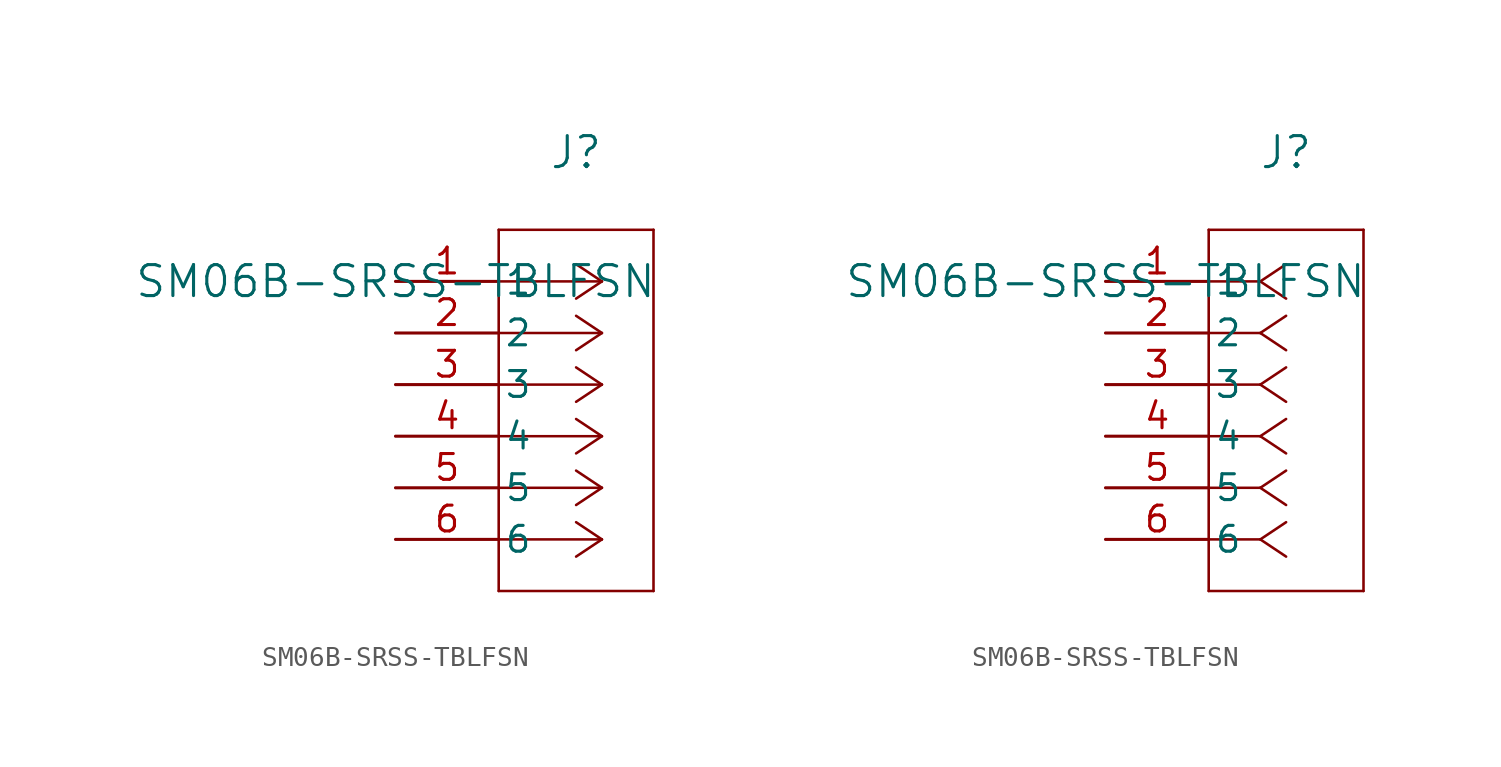
<source format=kicad_sym>
(kicad_symbol_lib
  (version 20241209)
  (generator "kicad_symbol_editor")
  (generator_version "9.0")
  (symbol "SM06B-SRSS-TBLFSN"
    (pin_names
      (offset 0.254))
    (property "Reference" "J"
      (at 8.89 6.35 0)
      (effects (font (size 1.524 1.524))))
    (property "Value" "SM06B-SRSS-TBLFSN"
      (at 0 0 0)
      (effects (font (size 1.524 1.524))))
    (property "ki_locked" ""
      (at 0 0 0)
      (effects (font (size 1.27 1.27))))
    (symbol "SM06B-SRSS-TBLFSN_1_1"
      (polyline (pts (xy 5.08 2.54) (xy 5.08 -15.24)) (stroke (width 0.127) (type default)) (fill (type none)))
      (polyline (pts (xy 5.08 -15.24) (xy 12.7 -15.24)) (stroke (width 0.127) (type default)) (fill (type none)))
      (polyline (pts (xy 10.16 0) (xy 5.08 0)) (stroke (width 0.127) (type default)) (fill (type none)))
      (polyline (pts (xy 10.16 0) (xy 8.89 0.847)) (stroke (width 0.127) (type default)) (fill (type none)))
      (polyline (pts (xy 10.16 0) (xy 8.89 -0.847)) (stroke (width 0.127) (type default)) (fill (type none)))
      (polyline (pts (xy 10.16 -2.54) (xy 5.08 -2.54)) (stroke (width 0.127) (type default)) (fill (type none)))
      (polyline (pts (xy 10.16 -2.54) (xy 8.89 -1.693)) (stroke (width 0.127) (type default)) (fill (type none)))
      (polyline (pts (xy 10.16 -2.54) (xy 8.89 -3.387)) (stroke (width 0.127) (type default)) (fill (type none)))
      (polyline (pts (xy 10.16 -5.08) (xy 5.08 -5.08)) (stroke (width 0.127) (type default)) (fill (type none)))
      (polyline (pts (xy 10.16 -5.08) (xy 8.89 -4.233)) (stroke (width 0.127) (type default)) (fill (type none)))
      (polyline (pts (xy 10.16 -5.08) (xy 8.89 -5.927)) (stroke (width 0.127) (type default)) (fill (type none)))
      (polyline (pts (xy 10.16 -7.62) (xy 5.08 -7.62)) (stroke (width 0.127) (type default)) (fill (type none)))
      (polyline (pts (xy 10.16 -7.62) (xy 8.89 -6.773)) (stroke (width 0.127) (type default)) (fill (type none)))
      (polyline (pts (xy 10.16 -7.62) (xy 8.89 -8.467)) (stroke (width 0.127) (type default)) (fill (type none)))
      (polyline (pts (xy 10.16 -10.16) (xy 5.08 -10.16)) (stroke (width 0.127) (type default)) (fill (type none)))
      (polyline (pts (xy 10.16 -10.16) (xy 8.89 -9.313)) (stroke (width 0.127) (type default)) (fill (type none)))
      (polyline (pts (xy 10.16 -10.16) (xy 8.89 -11.007)) (stroke (width 0.127) (type default)) (fill (type none)))
      (polyline (pts (xy 10.16 -12.7) (xy 5.08 -12.7)) (stroke (width 0.127) (type default)) (fill (type none)))
      (polyline (pts (xy 10.16 -12.7) (xy 8.89 -11.853)) (stroke (width 0.127) (type default)) (fill (type none)))
      (polyline (pts (xy 10.16 -12.7) (xy 8.89 -13.547)) (stroke (width 0.127) (type default)) (fill (type none)))
      (polyline (pts (xy 12.7 2.54) (xy 5.08 2.54)) (stroke (width 0.127) (type default)) (fill (type none)))
      (polyline (pts (xy 12.7 -15.24) (xy 12.7 2.54)) (stroke (width 0.127) (type default)) (fill (type none)))
      (pin unspecified line (at 0 0 0) (length 5.08) (name "1" (effects (font (size 1.27 1.27)))) (number "1" (effects (font (size 1.27 1.27)))))
      (pin unspecified line (at 0 -2.54 0) (length 5.08) (name "2" (effects (font (size 1.27 1.27)))) (number "2" (effects (font (size 1.27 1.27)))))
      (pin unspecified line (at 0 -5.08 0) (length 5.08) (name "3" (effects (font (size 1.27 1.27)))) (number "3" (effects (font (size 1.27 1.27)))))
      (pin unspecified line (at 0 -7.62 0) (length 5.08) (name "4" (effects (font (size 1.27 1.27)))) (number "4" (effects (font (size 1.27 1.27)))))
      (pin unspecified line (at 0 -10.16 0) (length 5.08) (name "5" (effects (font (size 1.27 1.27)))) (number "5" (effects (font (size 1.27 1.27)))))
      (pin unspecified line (at 0 -12.7 0) (length 5.08) (name "6" (effects (font (size 1.27 1.27)))) (number "6" (effects (font (size 1.27 1.27))))))
    (symbol "SM06B-SRSS-TBLFSN_1_2"
      (polyline (pts (xy 5.08 2.54) (xy 5.08 -15.24)) (stroke (width 0.127) (type default)) (fill (type none)))
      (polyline (pts (xy 5.08 -15.24) (xy 12.7 -15.24)) (stroke (width 0.127) (type default)) (fill (type none)))
      (polyline (pts (xy 7.62 0) (xy 5.08 0)) (stroke (width 0.127) (type default)) (fill (type none)))
      (polyline (pts (xy 7.62 0) (xy 8.89 0.847)) (stroke (width 0.127) (type default)) (fill (type none)))
      (polyline (pts (xy 7.62 0) (xy 8.89 -0.847)) (stroke (width 0.127) (type default)) (fill (type none)))
      (polyline (pts (xy 7.62 -2.54) (xy 5.08 -2.54)) (stroke (width 0.127) (type default)) (fill (type none)))
      (polyline (pts (xy 7.62 -2.54) (xy 8.89 -1.693)) (stroke (width 0.127) (type default)) (fill (type none)))
      (polyline (pts (xy 7.62 -2.54) (xy 8.89 -3.387)) (stroke (width 0.127) (type default)) (fill (type none)))
      (polyline (pts (xy 7.62 -5.08) (xy 5.08 -5.08)) (stroke (width 0.127) (type default)) (fill (type none)))
      (polyline (pts (xy 7.62 -5.08) (xy 8.89 -4.233)) (stroke (width 0.127) (type default)) (fill (type none)))
      (polyline (pts (xy 7.62 -5.08) (xy 8.89 -5.927)) (stroke (width 0.127) (type default)) (fill (type none)))
      (polyline (pts (xy 7.62 -7.62) (xy 5.08 -7.62)) (stroke (width 0.127) (type default)) (fill (type none)))
      (polyline (pts (xy 7.62 -7.62) (xy 8.89 -6.773)) (stroke (width 0.127) (type default)) (fill (type none)))
      (polyline (pts (xy 7.62 -7.62) (xy 8.89 -8.467)) (stroke (width 0.127) (type default)) (fill (type none)))
      (polyline (pts (xy 7.62 -10.16) (xy 5.08 -10.16)) (stroke (width 0.127) (type default)) (fill (type none)))
      (polyline (pts (xy 7.62 -10.16) (xy 8.89 -9.313)) (stroke (width 0.127) (type default)) (fill (type none)))
      (polyline (pts (xy 7.62 -10.16) (xy 8.89 -11.007)) (stroke (width 0.127) (type default)) (fill (type none)))
      (polyline (pts (xy 7.62 -12.7) (xy 5.08 -12.7)) (stroke (width 0.127) (type default)) (fill (type none)))
      (polyline (pts (xy 7.62 -12.7) (xy 8.89 -11.853)) (stroke (width 0.127) (type default)) (fill (type none)))
      (polyline (pts (xy 7.62 -12.7) (xy 8.89 -13.547)) (stroke (width 0.127) (type default)) (fill (type none)))
      (polyline (pts (xy 12.7 2.54) (xy 5.08 2.54)) (stroke (width 0.127) (type default)) (fill (type none)))
      (polyline (pts (xy 12.7 -15.24) (xy 12.7 2.54)) (stroke (width 0.127) (type default)) (fill (type none)))
      (pin unspecified line (at 0 0 0) (length 5.08) (name "1" (effects (font (size 1.27 1.27)))) (number "1" (effects (font (size 1.27 1.27)))))
      (pin unspecified line (at 0 -2.54 0) (length 5.08) (name "2" (effects (font (size 1.27 1.27)))) (number "2" (effects (font (size 1.27 1.27)))))
      (pin unspecified line (at 0 -5.08 0) (length 5.08) (name "3" (effects (font (size 1.27 1.27)))) (number "3" (effects (font (size 1.27 1.27)))))
      (pin unspecified line (at 0 -7.62 0) (length 5.08) (name "4" (effects (font (size 1.27 1.27)))) (number "4" (effects (font (size 1.27 1.27)))))
      (pin unspecified line (at 0 -10.16 0) (length 5.08) (name "5" (effects (font (size 1.27 1.27)))) (number "5" (effects (font (size 1.27 1.27)))))
      (pin unspecified line (at 0 -12.7 0) (length 5.08) (name "6" (effects (font (size 1.27 1.27)))) (number "6" (effects (font (size 1.27 1.27))))))))
</source>
